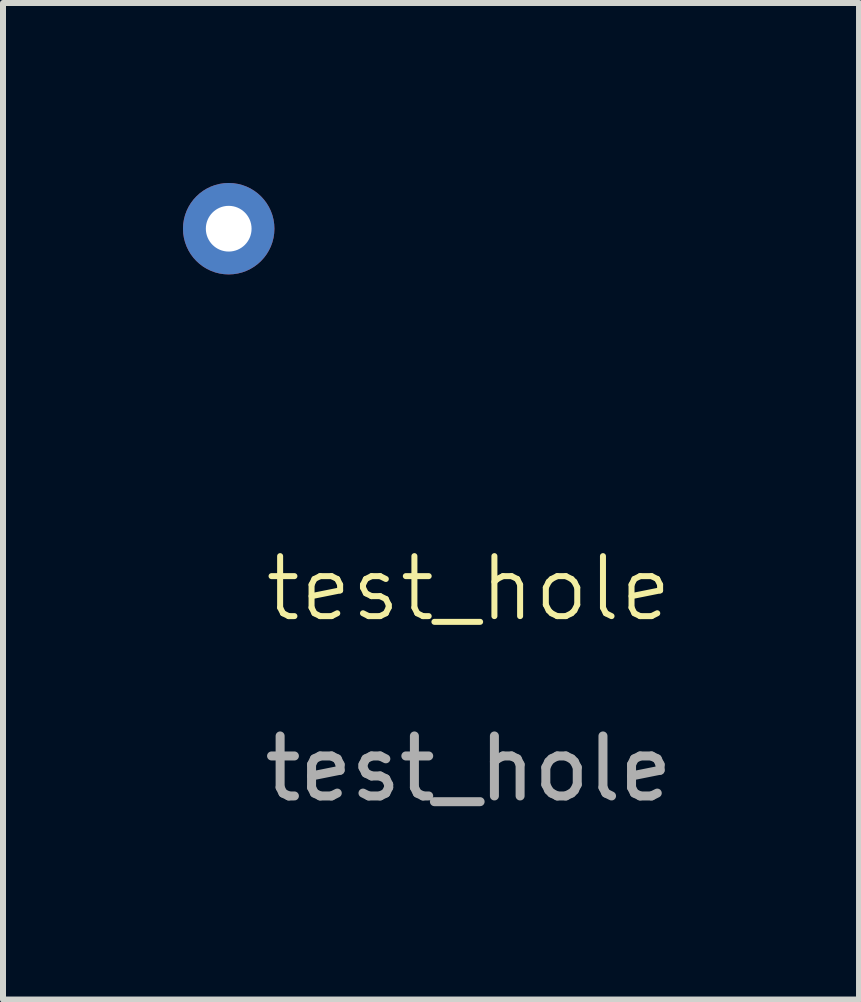
<source format=kicad_pcb>
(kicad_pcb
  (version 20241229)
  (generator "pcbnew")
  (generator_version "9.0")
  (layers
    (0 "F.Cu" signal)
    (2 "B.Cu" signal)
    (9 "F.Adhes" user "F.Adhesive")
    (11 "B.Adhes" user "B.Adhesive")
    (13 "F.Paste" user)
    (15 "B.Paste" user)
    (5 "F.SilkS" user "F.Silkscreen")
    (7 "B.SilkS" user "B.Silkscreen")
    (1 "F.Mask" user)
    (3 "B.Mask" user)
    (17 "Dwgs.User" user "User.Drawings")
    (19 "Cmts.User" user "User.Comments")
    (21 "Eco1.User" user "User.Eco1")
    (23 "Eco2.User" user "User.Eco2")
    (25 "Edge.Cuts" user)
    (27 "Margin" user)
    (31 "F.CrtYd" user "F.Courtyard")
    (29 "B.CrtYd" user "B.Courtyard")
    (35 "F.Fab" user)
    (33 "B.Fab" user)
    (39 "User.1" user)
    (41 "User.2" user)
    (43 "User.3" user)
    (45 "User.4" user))
  (footprint "test_hole"
    (layer "F.Cu")
    (at 4.762 7.262)
    (property "Reference" "test_hole" (at 0 -0.5 0) (unlocked yes) (layer "F.SilkS") (effects (font (size 1 1) (thickness 0.1))))
    (attr through_hole)
    (fp_text user "${REFERENCE}" (at 0 2.5 0) (unlocked yes) (layer "F.Fab") (effects (font (size 1 1) (thickness 0.15))))
    (pad "1" thru_hole circle (at -4 -6.5) (size 1.524 1.524) (drill 0.762) (layers "*.Cu" "*.Mask")))
  (gr_rect
    (start -3 -3)
    (end 11.268 13.61)
    (stroke (width 0.1) (type default))
    (fill no)
    (layer "Edge.Cuts")))
</source>
